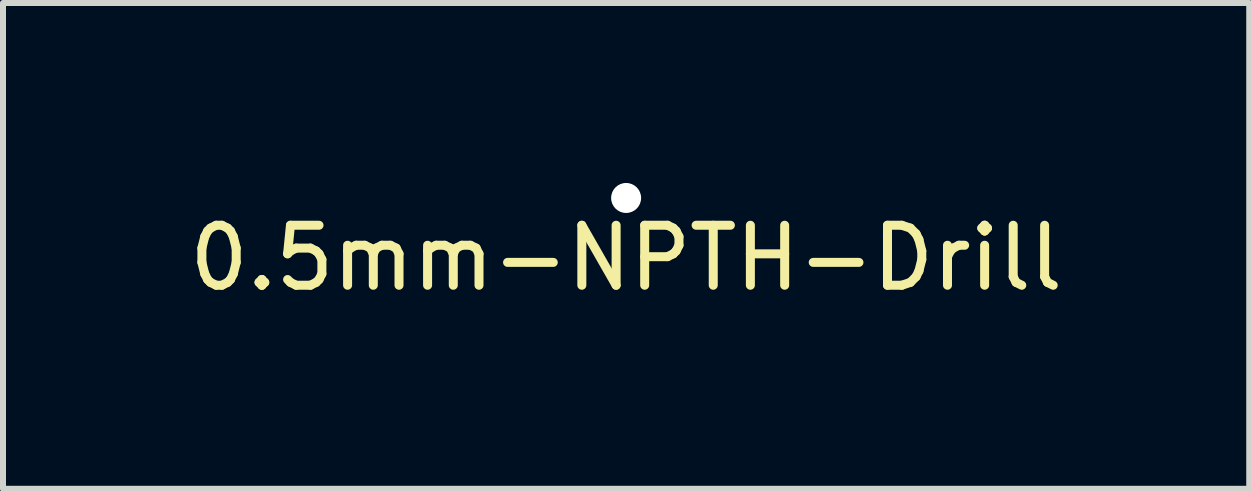
<source format=kicad_pcb>
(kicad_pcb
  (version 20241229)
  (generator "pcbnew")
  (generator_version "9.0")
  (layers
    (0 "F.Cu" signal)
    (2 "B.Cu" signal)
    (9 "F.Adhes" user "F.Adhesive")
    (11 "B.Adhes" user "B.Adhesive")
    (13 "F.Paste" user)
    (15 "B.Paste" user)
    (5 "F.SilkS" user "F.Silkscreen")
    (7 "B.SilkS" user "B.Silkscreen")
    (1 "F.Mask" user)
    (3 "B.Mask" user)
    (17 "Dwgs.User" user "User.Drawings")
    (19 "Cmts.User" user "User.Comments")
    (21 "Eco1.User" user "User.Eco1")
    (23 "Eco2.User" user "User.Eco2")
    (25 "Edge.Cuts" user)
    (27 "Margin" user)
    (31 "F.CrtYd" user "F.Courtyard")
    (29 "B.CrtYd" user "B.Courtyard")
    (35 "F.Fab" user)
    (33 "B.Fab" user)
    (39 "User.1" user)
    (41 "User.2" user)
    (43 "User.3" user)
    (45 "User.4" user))
  (footprint "0.5mm-NPTH-Drill"
    (layer "F.Cu")
    (at 7.387 0.25)
    (property "Reference" "0.5mm-NPTH-Drill" (at 0 1 0) (layer "F.SilkS") (effects (font (size 1 1) (thickness 0.15))))
    (attr through_hole)
    (pad "" np_thru_hole circle (at 0 0) (size 0.5 0.5) (drill 0.5) (layers "*.Cu" "*.Mask")))
  (gr_rect
    (start -3 -3)
    (end 17.774 5.098)
    (stroke (width 0.1) (type default))
    (fill no)
    (layer "Edge.Cuts")))
</source>
